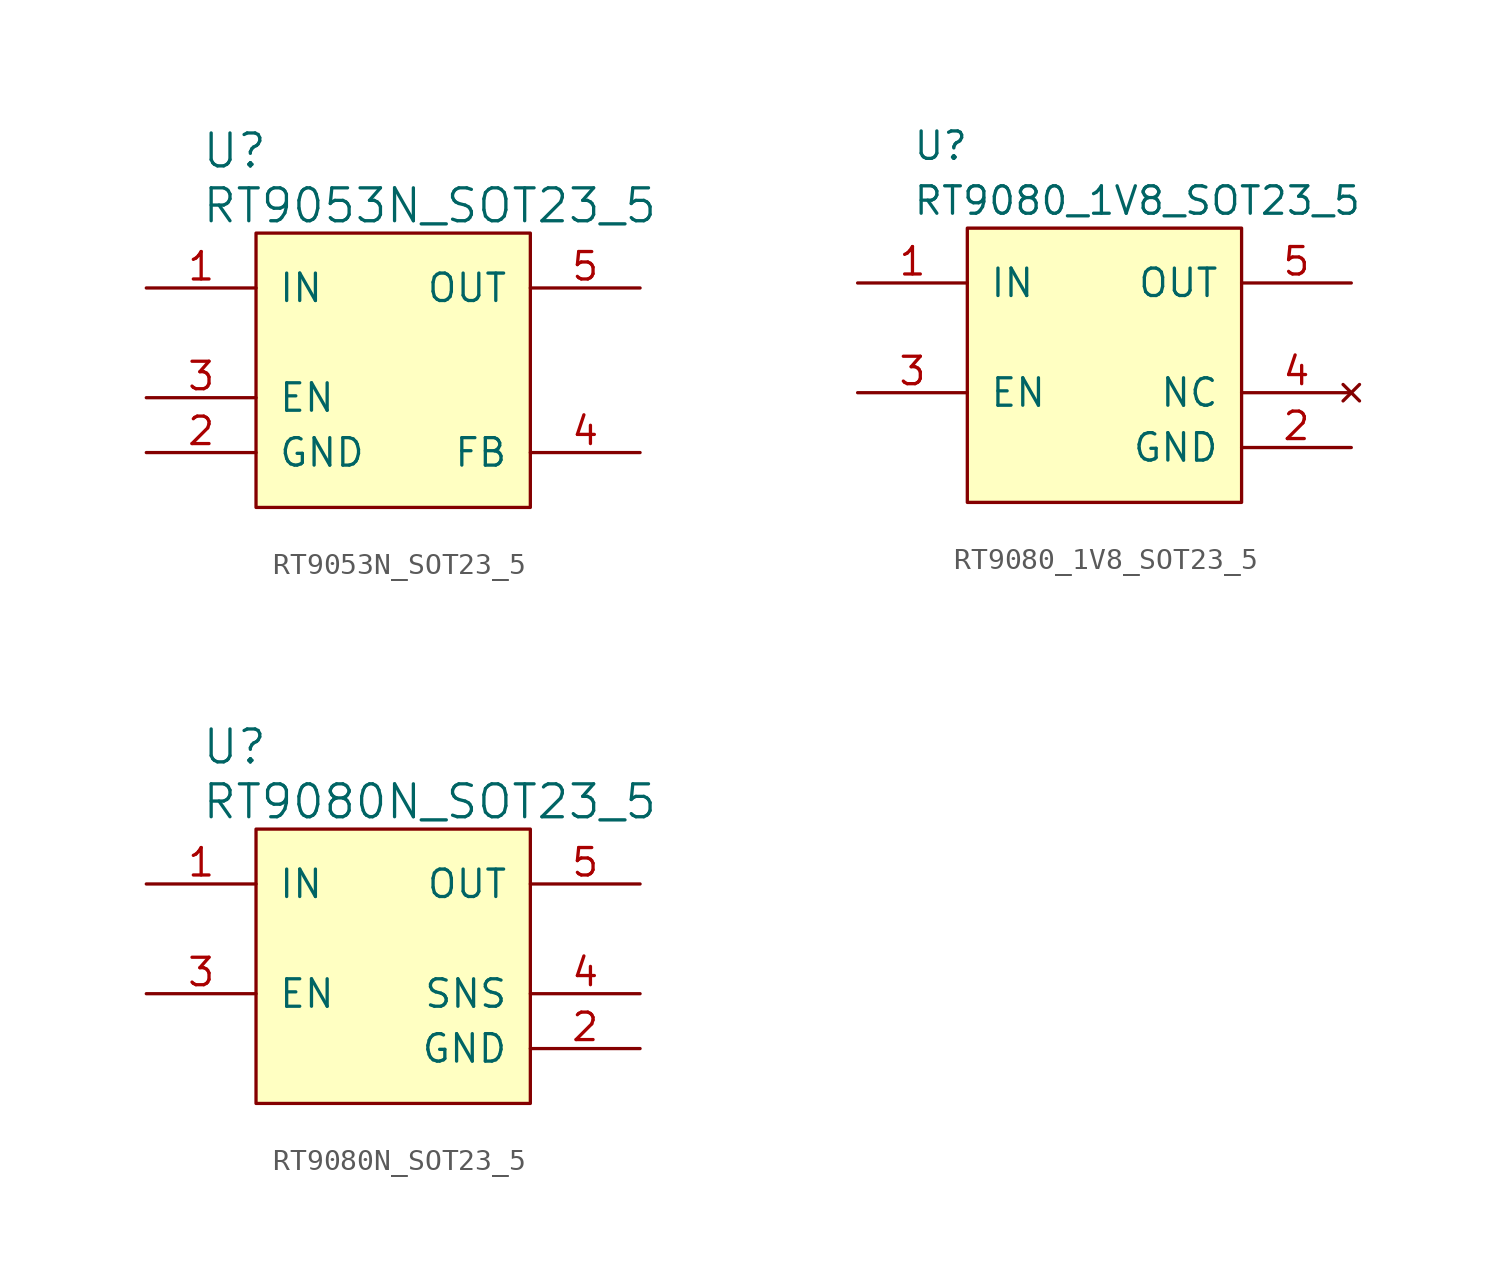
<source format=kicad_sym>
(kicad_symbol_lib
  (version 20211014)
  (generator kicad_symbol_editor)
  (symbol "RT9053N_SOT23_5"
    (pin_names
      (offset 1.016))
    (property "Reference" "U"
      (at -8.89 3.81 0)
      (effects (font (size 1.524 1.524)) (justify left)))
    (property "Value" "RT9053N_SOT23_5"
      (at -8.89 1.27 0)
      (effects (font (size 1.524 1.524)) (justify left)))
    (symbol "RT9053N_SOT23_5_0_1"
      (rectangle (start -6.35 0) (end 6.35 -12.7) (stroke (width 0) (type default)) (fill (type background))))
    (symbol "RT9053N_SOT23_5_1_1"
      (pin power_in line (at -11.43 -2.54 0) (length 5.08) (name "IN" (effects (font (size 1.27 1.27)))) (number "1" (effects (font (size 1.27 1.27)))))
      (pin power_in line (at -11.43 -10.16 0) (length 5.08) (name "GND" (effects (font (size 1.27 1.27)))) (number "2" (effects (font (size 1.27 1.27)))))
      (pin input line (at -11.43 -7.62 0) (length 5.08) (name "EN" (effects (font (size 1.27 1.27)))) (number "3" (effects (font (size 1.27 1.27)))))
      (pin input line (at 11.43 -10.16 180) (length 5.08) (name "FB" (effects (font (size 1.27 1.27)))) (number "4" (effects (font (size 1.27 1.27)))))
      (pin power_out line (at 11.43 -2.54 180) (length 5.08) (name "OUT" (effects (font (size 1.27 1.27)))) (number "5" (effects (font (size 1.27 1.27)))))))
  (symbol "RT9080_1V8_SOT23_5"
    (pin_names
      (offset 1.016))
    (property "Reference" "U"
      (at -8.89 3.81 0)
      (effects (font (size 1.27 1.27)) (justify left)))
    (property "Value" "RT9080_1V8_SOT23_5"
      (at -8.89 1.27 0)
      (effects (font (size 1.27 1.27)) (justify left)))
    (symbol "RT9080_1V8_SOT23_5_0_1"
      (rectangle (start -6.35 0) (end 6.35 -12.7) (stroke (width 0) (type default)) (fill (type background))))
    (symbol "RT9080_1V8_SOT23_5_1_1"
      (pin power_in line (at -11.43 -2.54 0) (length 5.08) (name "IN" (effects (font (size 1.27 1.27)))) (number "1" (effects (font (size 1.27 1.27)))))
      (pin power_in line (at 11.43 -10.16 180) (length 5.08) (name "GND" (effects (font (size 1.27 1.27)))) (number "2" (effects (font (size 1.27 1.27)))))
      (pin input line (at -11.43 -7.62 0) (length 5.08) (name "EN" (effects (font (size 1.27 1.27)))) (number "3" (effects (font (size 1.27 1.27)))))
      (pin no_connect line (at 11.43 -7.62 180) (length 5.08) (name "NC" (effects (font (size 1.27 1.27)))) (number "4" (effects (font (size 1.27 1.27)))))
      (pin power_out line (at 11.43 -2.54 180) (length 5.08) (name "OUT" (effects (font (size 1.27 1.27)))) (number "5" (effects (font (size 1.27 1.27)))))))
  (symbol "RT9080N_SOT23_5"
    (pin_names
      (offset 1.016))
    (property "Reference" "U"
      (at -8.89 3.81 0)
      (effects (font (size 1.524 1.524)) (justify left)))
    (property "Value" "RT9080N_SOT23_5"
      (at -8.89 1.27 0)
      (effects (font (size 1.524 1.524)) (justify left)))
    (symbol "RT9080N_SOT23_5_0_1"
      (rectangle (start -6.35 0) (end 6.35 -12.7) (stroke (width 0) (type default)) (fill (type background))))
    (symbol "RT9080N_SOT23_5_1_1"
      (pin power_in line (at -11.43 -2.54 0) (length 5.08) (name "IN" (effects (font (size 1.27 1.27)))) (number "1" (effects (font (size 1.27 1.27)))))
      (pin power_in line (at 11.43 -10.16 180) (length 5.08) (name "GND" (effects (font (size 1.27 1.27)))) (number "2" (effects (font (size 1.27 1.27)))))
      (pin input line (at -11.43 -7.62 0) (length 5.08) (name "EN" (effects (font (size 1.27 1.27)))) (number "3" (effects (font (size 1.27 1.27)))))
      (pin input line (at 11.43 -7.62 180) (length 5.08) (name "SNS" (effects (font (size 1.27 1.27)))) (number "4" (effects (font (size 1.27 1.27)))))
      (pin power_out line (at 11.43 -2.54 180) (length 5.08) (name "OUT" (effects (font (size 1.27 1.27)))) (number "5" (effects (font (size 1.27 1.27))))))))
</source>
